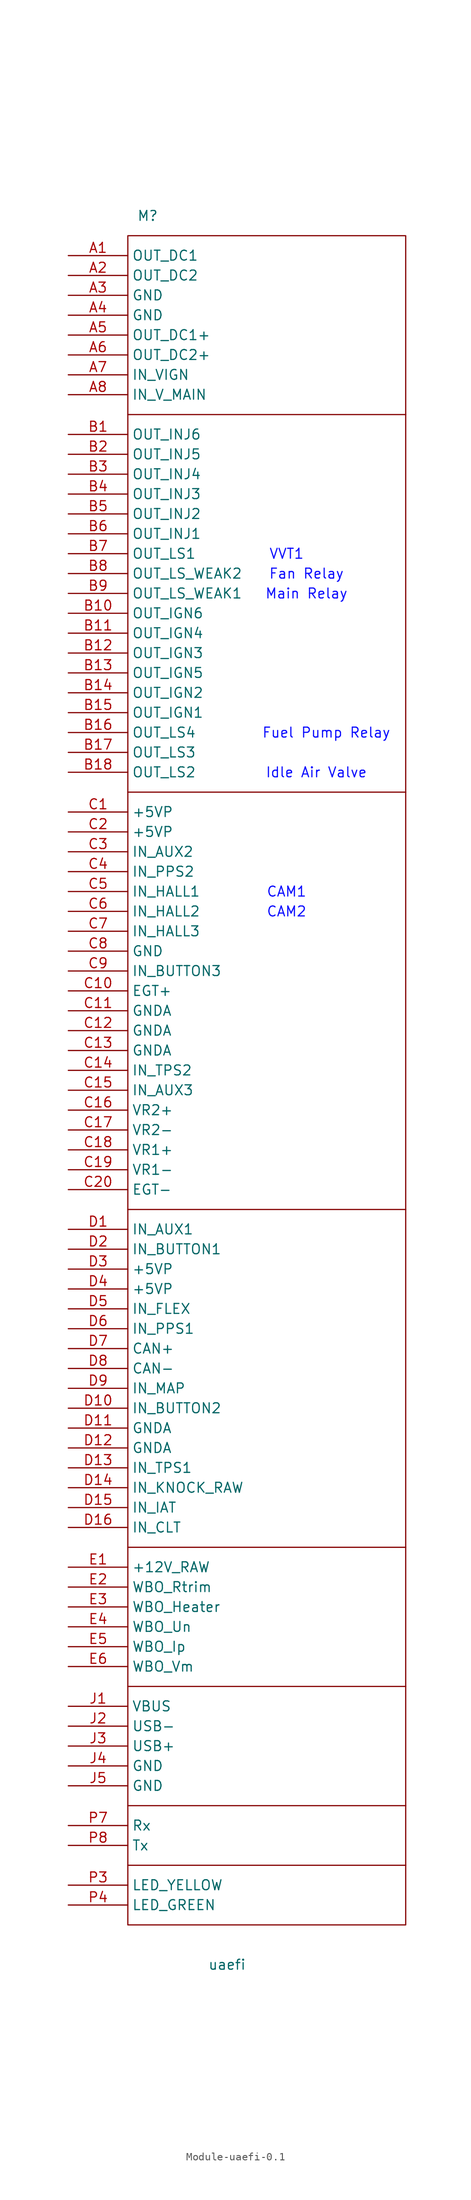
<source format=kicad_sym>
(kicad_symbol_lib
  (version 20220914)
  (generator kicad_symbol_editor)
  (symbol "Module-uaefi-0.1"
    (property "Reference" "M"
      (at 10.16 5.08 0)
      (effects (font (size 1.27 1.27))))
    (property "Value" "uaefi"
      (at 20.32 -218.44 0)
      (effects (font (size 1.27 1.27))))
    (symbol "Module-uaefi-0.1_0_1"
      (polyline (pts (xy 7.62 -205.74) (xy 43.18 -205.74)) (stroke (width 0) (type default)) (fill (type none)))
      (polyline (pts (xy 7.62 -198.12) (xy 43.18 -198.12)) (stroke (width 0) (type default)) (fill (type none)))
      (polyline (pts (xy 7.62 -182.88) (xy 43.18 -182.88)) (stroke (width 0) (type default)) (fill (type none)))
      (polyline (pts (xy 7.62 -165.1) (xy 43.18 -165.1)) (stroke (width 0) (type default)) (fill (type none)))
      (polyline (pts (xy 7.62 -121.92) (xy 43.18 -121.92)) (stroke (width 0) (type default)) (fill (type none)))
      (polyline (pts (xy 7.62 -68.58) (xy 43.18 -68.58)) (stroke (width 0) (type default)) (fill (type none)))
      (polyline (pts (xy 7.62 -20.32) (xy 43.18 -20.32)) (stroke (width 0) (type default)) (fill (type none)))
      (rectangle (start 7.62 2.54) (end 43.18 -213.36) (stroke (width 0) (type default)) (fill (type none))))
    (symbol "Module-uaefi-0.1_1_0"
      (pin passive line (at 0 -106.68 0) (length 7.62) (name "IN_AUX3" (effects (font (size 1.27 1.27)))) (number "C15" (effects (font (size 1.27 1.27)))))
      (pin passive line (at 0 -109.22 0) (length 7.62) (name "VR2+" (effects (font (size 1.27 1.27)))) (number "C16" (effects (font (size 1.27 1.27)))))
      (pin passive line (at 0 -111.76 0) (length 7.62) (name "VR2-" (effects (font (size 1.27 1.27)))) (number "C17" (effects (font (size 1.27 1.27)))))
      (pin passive line (at 0 -114.3 0) (length 7.62) (name "VR1+" (effects (font (size 1.27 1.27)))) (number "C18" (effects (font (size 1.27 1.27)))))
      (pin passive line (at 0 -116.84 0) (length 7.62) (name "VR1-" (effects (font (size 1.27 1.27)))) (number "C19" (effects (font (size 1.27 1.27)))))
      (pin passive line (at 0 -119.38 0) (length 7.62) (name "EGT-" (effects (font (size 1.27 1.27)))) (number "C20" (effects (font (size 1.27 1.27)))))
      (pin passive line (at 0 -124.46 0) (length 7.62) (name "IN_AUX1" (effects (font (size 1.27 1.27)))) (number "D1" (effects (font (size 1.27 1.27)))))
      (pin passive line (at 0 -147.32 0) (length 7.62) (name "IN_BUTTON2" (effects (font (size 1.27 1.27)))) (number "D10" (effects (font (size 1.27 1.27)))))
      (pin passive line (at 0 -149.86 0) (length 7.62) (name "GNDA" (effects (font (size 1.27 1.27)))) (number "D11" (effects (font (size 1.27 1.27)))))
      (pin passive line (at 0 -152.4 0) (length 7.62) (name "GNDA" (effects (font (size 1.27 1.27)))) (number "D12" (effects (font (size 1.27 1.27)))))
      (pin passive line (at 0 -154.94 0) (length 7.62) (name "IN_TPS1" (effects (font (size 1.27 1.27)))) (number "D13" (effects (font (size 1.27 1.27)))))
      (pin passive line (at 0 -157.48 0) (length 7.62) (name "IN_KNOCK_RAW" (effects (font (size 1.27 1.27)))) (number "D14" (effects (font (size 1.27 1.27)))))
      (pin passive line (at 0 -160.02 0) (length 7.62) (name "IN_IAT" (effects (font (size 1.27 1.27)))) (number "D15" (effects (font (size 1.27 1.27)))))
      (pin passive line (at 0 -162.56 0) (length 7.62) (name "IN_CLT" (effects (font (size 1.27 1.27)))) (number "D16" (effects (font (size 1.27 1.27)))))
      (pin passive line (at 0 -127 0) (length 7.62) (name "IN_BUTTON1" (effects (font (size 1.27 1.27)))) (number "D2" (effects (font (size 1.27 1.27)))))
      (pin passive line (at 0 -129.54 0) (length 7.62) (name "+5VP" (effects (font (size 1.27 1.27)))) (number "D3" (effects (font (size 1.27 1.27)))))
      (pin passive line (at 0 -132.08 0) (length 7.62) (name "+5VP" (effects (font (size 1.27 1.27)))) (number "D4" (effects (font (size 1.27 1.27)))))
      (pin passive line (at 0 -134.62 0) (length 7.62) (name "IN_FLEX" (effects (font (size 1.27 1.27)))) (number "D5" (effects (font (size 1.27 1.27)))))
      (pin passive line (at 0 -137.16 0) (length 7.62) (name "IN_PPS1" (effects (font (size 1.27 1.27)))) (number "D6" (effects (font (size 1.27 1.27)))))
      (pin passive line (at 0 -139.7 0) (length 7.62) (name "CAN+" (effects (font (size 1.27 1.27)))) (number "D7" (effects (font (size 1.27 1.27)))))
      (pin passive line (at 0 -142.24 0) (length 7.62) (name "CAN-" (effects (font (size 1.27 1.27)))) (number "D8" (effects (font (size 1.27 1.27)))))
      (pin passive line (at 0 -144.78 0) (length 7.62) (name "IN_MAP" (effects (font (size 1.27 1.27)))) (number "D9" (effects (font (size 1.27 1.27)))))
      (pin passive line (at 0 -167.64 0) (length 7.62) (name "+12V_RAW" (effects (font (size 1.27 1.27)))) (number "E1" (effects (font (size 1.27 1.27)))))
      (pin passive line (at 0 -170.18 0) (length 7.62) (name "WBO_Rtrim" (effects (font (size 1.27 1.27)))) (number "E2" (effects (font (size 1.27 1.27)))))
      (pin passive line (at 0 -172.72 0) (length 7.62) (name "WBO_Heater" (effects (font (size 1.27 1.27)))) (number "E3" (effects (font (size 1.27 1.27)))))
      (pin passive line (at 0 -175.26 0) (length 7.62) (name "WBO_Un" (effects (font (size 1.27 1.27)))) (number "E4" (effects (font (size 1.27 1.27)))))
      (pin passive line (at 0 -177.8 0) (length 7.62) (name "WBO_Ip" (effects (font (size 1.27 1.27)))) (number "E5" (effects (font (size 1.27 1.27)))))
      (pin passive line (at 0 -180.34 0) (length 7.62) (name "WBO_Vm" (effects (font (size 1.27 1.27)))) (number "E6" (effects (font (size 1.27 1.27)))))
      (pin passive line (at 0 -185.42 0) (length 7.62) (name "VBUS" (effects (font (size 1.27 1.27)))) (number "J1" (effects (font (size 1.27 1.27)))))
      (pin passive line (at 0 -187.96 0) (length 7.62) (name "USB-" (effects (font (size 1.27 1.27)))) (number "J2" (effects (font (size 1.27 1.27)))))
      (pin passive line (at 0 -190.5 0) (length 7.62) (name "USB+" (effects (font (size 1.27 1.27)))) (number "J3" (effects (font (size 1.27 1.27)))))
      (pin passive line (at 0 -193.04 0) (length 7.62) (name "GND" (effects (font (size 1.27 1.27)))) (number "J4" (effects (font (size 1.27 1.27)))))
      (pin passive line (at 0 -195.58 0) (length 7.62) (name "GND" (effects (font (size 1.27 1.27)))) (number "J5" (effects (font (size 1.27 1.27)))))
      (pin passive line (at 0 -208.28 0) (length 7.62) (name "LED_YELLOW" (effects (font (size 1.27 1.27)))) (number "P3" (effects (font (size 1.27 1.27)))))
      (pin passive line (at 0 -210.82 0) (length 7.62) (name "LED_GREEN" (effects (font (size 1.27 1.27)))) (number "P4" (effects (font (size 1.27 1.27)))))
      (pin passive line (at 0 -200.66 0) (length 7.62) (name "Rx" (effects (font (size 1.27 1.27)))) (number "P7" (effects (font (size 1.27 1.27)))))
      (pin passive line (at 0 -203.2 0) (length 7.62) (name "Tx" (effects (font (size 1.27 1.27)))) (number "P8" (effects (font (size 1.27 1.27))))))
    (symbol "Module-uaefi-0.1_1_1"
      (text "CAM1" (at 27.94 -81.28 0) (effects (font (size 1.27 1.27) (color 13 14 255 1))))
      (text "CAM2" (at 27.94 -83.82 0) (effects (font (size 1.27 1.27) (color 13 14 255 1))))
      (text "Fan Relay" (at 30.48 -40.64 0) (effects (font (size 1.27 1.27) (color 13 14 255 1))))
      (text "Fuel Pump Relay" (at 33.02 -60.96 0) (effects (font (size 1.27 1.27) (color 13 14 255 1))))
      (text "Idle Air Valve" (at 31.75 -66.04 0) (effects (font (size 1.27 1.27) (color 13 14 255 1))))
      (text "Main Relay" (at 30.48 -43.18 0) (effects (font (size 1.27 1.27) (color 13 14 255 1))))
      (text "VVT1" (at 27.94 -38.1 0) (effects (font (size 1.27 1.27) (color 13 14 255 1))))
      (pin passive line (at 0 0 0) (length 7.62) (name "OUT_DC1" (effects (font (size 1.27 1.27)))) (number "A1" (effects (font (size 1.27 1.27)))))
      (pin passive line (at 0 -2.54 0) (length 7.62) (name "OUT_DC2" (effects (font (size 1.27 1.27)))) (number "A2" (effects (font (size 1.27 1.27)))))
      (pin passive line (at 0 -5.08 0) (length 7.62) (name "GND" (effects (font (size 1.27 1.27)))) (number "A3" (effects (font (size 1.27 1.27)))))
      (pin passive line (at 0 -7.62 0) (length 7.62) (name "GND" (effects (font (size 1.27 1.27)))) (number "A4" (effects (font (size 1.27 1.27)))))
      (pin passive line (at 0 -10.16 0) (length 7.62) (name "OUT_DC1+" (effects (font (size 1.27 1.27)))) (number "A5" (effects (font (size 1.27 1.27)))))
      (pin passive line (at 0 -12.7 0) (length 7.62) (name "OUT_DC2+" (effects (font (size 1.27 1.27)))) (number "A6" (effects (font (size 1.27 1.27)))))
      (pin passive line (at 0 -15.24 0) (length 7.62) (name "IN_VIGN" (effects (font (size 1.27 1.27)))) (number "A7" (effects (font (size 1.27 1.27)))))
      (pin passive line (at 0 -17.78 0) (length 7.62) (name "IN_V_MAIN" (effects (font (size 1.27 1.27)))) (number "A8" (effects (font (size 1.27 1.27)))))
      (pin passive line (at 0 -22.86 0) (length 7.62) (name "OUT_INJ6" (effects (font (size 1.27 1.27)))) (number "B1" (effects (font (size 1.27 1.27)))))
      (pin passive line (at 0 -45.72 0) (length 7.62) (name "OUT_IGN6" (effects (font (size 1.27 1.27)))) (number "B10" (effects (font (size 1.27 1.27)))))
      (pin passive line (at 0 -48.26 0) (length 7.62) (name "OUT_IGN4" (effects (font (size 1.27 1.27)))) (number "B11" (effects (font (size 1.27 1.27)))))
      (pin passive line (at 0 -50.8 0) (length 7.62) (name "OUT_IGN3" (effects (font (size 1.27 1.27)))) (number "B12" (effects (font (size 1.27 1.27)))))
      (pin passive line (at 0 -53.34 0) (length 7.62) (name "OUT_IGN5" (effects (font (size 1.27 1.27)))) (number "B13" (effects (font (size 1.27 1.27)))))
      (pin passive line (at 0 -55.88 0) (length 7.62) (name "OUT_IGN2" (effects (font (size 1.27 1.27)))) (number "B14" (effects (font (size 1.27 1.27)))))
      (pin passive line (at 0 -58.42 0) (length 7.62) (name "OUT_IGN1" (effects (font (size 1.27 1.27)))) (number "B15" (effects (font (size 1.27 1.27)))))
      (pin passive line (at 0 -60.96 0) (length 7.62) (name "OUT_LS4" (effects (font (size 1.27 1.27)))) (number "B16" (effects (font (size 1.27 1.27)))))
      (pin passive line (at 0 -63.5 0) (length 7.62) (name "OUT_LS3" (effects (font (size 1.27 1.27)))) (number "B17" (effects (font (size 1.27 1.27)))))
      (pin passive line (at 0 -66.04 0) (length 7.62) (name "OUT_LS2" (effects (font (size 1.27 1.27)))) (number "B18" (effects (font (size 1.27 1.27)))))
      (pin passive line (at 0 -25.4 0) (length 7.62) (name "OUT_INJ5" (effects (font (size 1.27 1.27)))) (number "B2" (effects (font (size 1.27 1.27)))))
      (pin passive line (at 0 -27.94 0) (length 7.62) (name "OUT_INJ4" (effects (font (size 1.27 1.27)))) (number "B3" (effects (font (size 1.27 1.27)))))
      (pin passive line (at 0 -30.48 0) (length 7.62) (name "OUT_INJ3" (effects (font (size 1.27 1.27)))) (number "B4" (effects (font (size 1.27 1.27)))))
      (pin passive line (at 0 -33.02 0) (length 7.62) (name "OUT_INJ2" (effects (font (size 1.27 1.27)))) (number "B5" (effects (font (size 1.27 1.27)))))
      (pin passive line (at 0 -35.56 0) (length 7.62) (name "OUT_INJ1" (effects (font (size 1.27 1.27)))) (number "B6" (effects (font (size 1.27 1.27)))))
      (pin passive line (at 0 -38.1 0) (length 7.62) (name "OUT_LS1" (effects (font (size 1.27 1.27)))) (number "B7" (effects (font (size 1.27 1.27)))))
      (pin passive line (at 0 -40.64 0) (length 7.62) (name "OUT_LS_WEAK2" (effects (font (size 1.27 1.27)))) (number "B8" (effects (font (size 1.27 1.27)))))
      (pin passive line (at 0 -43.18 0) (length 7.62) (name "OUT_LS_WEAK1" (effects (font (size 1.27 1.27)))) (number "B9" (effects (font (size 1.27 1.27)))))
      (pin passive line (at 0 -71.12 0) (length 7.62) (name "+5VP" (effects (font (size 1.27 1.27)))) (number "C1" (effects (font (size 1.27 1.27)))))
      (pin passive line (at 0 -93.98 0) (length 7.62) (name "EGT+" (effects (font (size 1.27 1.27)))) (number "C10" (effects (font (size 1.27 1.27)))))
      (pin passive line (at 0 -96.52 0) (length 7.62) (name "GNDA" (effects (font (size 1.27 1.27)))) (number "C11" (effects (font (size 1.27 1.27)))))
      (pin passive line (at 0 -99.06 0) (length 7.62) (name "GNDA" (effects (font (size 1.27 1.27)))) (number "C12" (effects (font (size 1.27 1.27)))))
      (pin passive line (at 0 -101.6 0) (length 7.62) (name "GNDA" (effects (font (size 1.27 1.27)))) (number "C13" (effects (font (size 1.27 1.27)))))
      (pin passive line (at 0 -104.14 0) (length 7.62) (name "IN_TPS2" (effects (font (size 1.27 1.27)))) (number "C14" (effects (font (size 1.27 1.27)))))
      (pin passive line (at 0 -73.66 0) (length 7.62) (name "+5VP" (effects (font (size 1.27 1.27)))) (number "C2" (effects (font (size 1.27 1.27)))))
      (pin passive line (at 0 -76.2 0) (length 7.62) (name "IN_AUX2" (effects (font (size 1.27 1.27)))) (number "C3" (effects (font (size 1.27 1.27)))))
      (pin passive line (at 0 -78.74 0) (length 7.62) (name "IN_PPS2" (effects (font (size 1.27 1.27)))) (number "C4" (effects (font (size 1.27 1.27)))))
      (pin passive line (at 0 -81.28 0) (length 7.62) (name "IN_HALL1" (effects (font (size 1.27 1.27)))) (number "C5" (effects (font (size 1.27 1.27)))))
      (pin passive line (at 0 -83.82 0) (length 7.62) (name "IN_HALL2" (effects (font (size 1.27 1.27)))) (number "C6" (effects (font (size 1.27 1.27)))))
      (pin passive line (at 0 -86.36 0) (length 7.62) (name "IN_HALL3" (effects (font (size 1.27 1.27)))) (number "C7" (effects (font (size 1.27 1.27)))))
      (pin passive line (at 0 -88.9 0) (length 7.62) (name "GND" (effects (font (size 1.27 1.27)))) (number "C8" (effects (font (size 1.27 1.27)))))
      (pin passive line (at 0 -91.44 0) (length 7.62) (name "IN_BUTTON3" (effects (font (size 1.27 1.27)))) (number "C9" (effects (font (size 1.27 1.27))))))))
</source>
